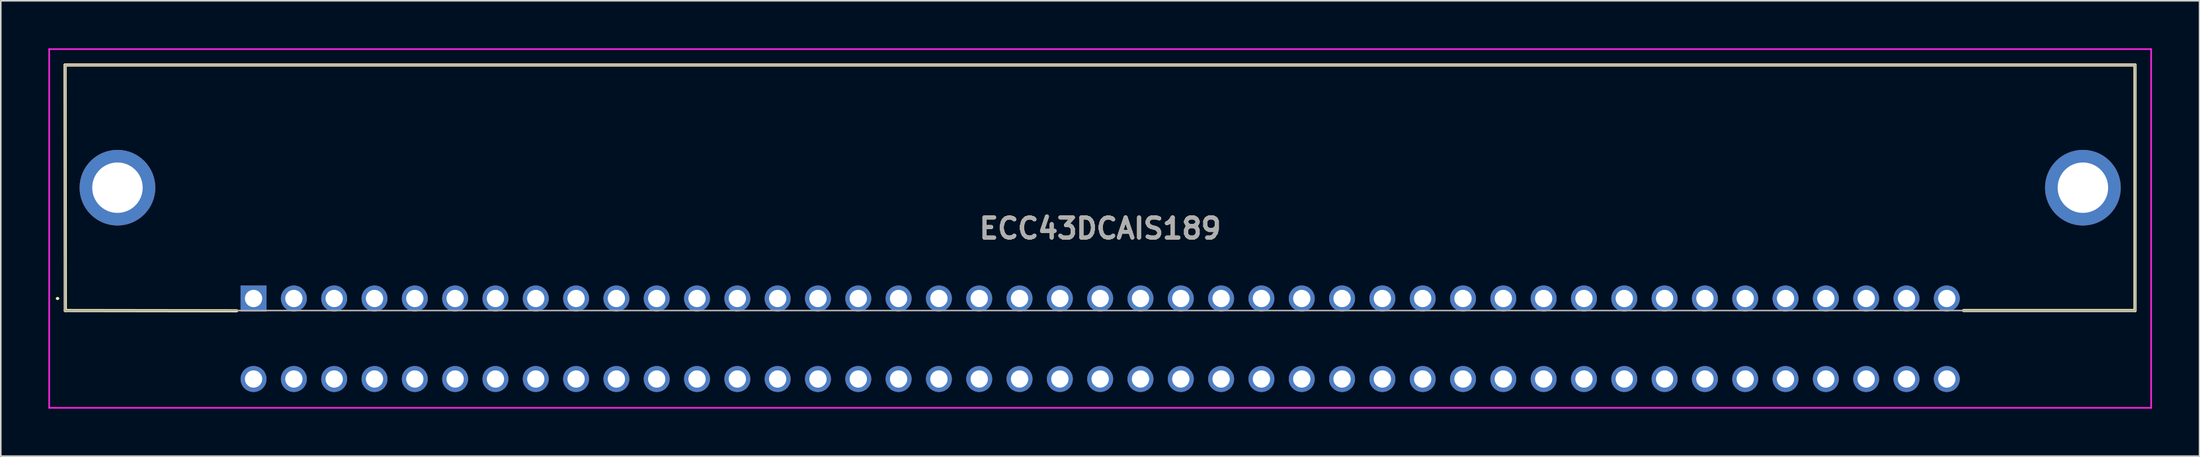
<source format=kicad_pcb>
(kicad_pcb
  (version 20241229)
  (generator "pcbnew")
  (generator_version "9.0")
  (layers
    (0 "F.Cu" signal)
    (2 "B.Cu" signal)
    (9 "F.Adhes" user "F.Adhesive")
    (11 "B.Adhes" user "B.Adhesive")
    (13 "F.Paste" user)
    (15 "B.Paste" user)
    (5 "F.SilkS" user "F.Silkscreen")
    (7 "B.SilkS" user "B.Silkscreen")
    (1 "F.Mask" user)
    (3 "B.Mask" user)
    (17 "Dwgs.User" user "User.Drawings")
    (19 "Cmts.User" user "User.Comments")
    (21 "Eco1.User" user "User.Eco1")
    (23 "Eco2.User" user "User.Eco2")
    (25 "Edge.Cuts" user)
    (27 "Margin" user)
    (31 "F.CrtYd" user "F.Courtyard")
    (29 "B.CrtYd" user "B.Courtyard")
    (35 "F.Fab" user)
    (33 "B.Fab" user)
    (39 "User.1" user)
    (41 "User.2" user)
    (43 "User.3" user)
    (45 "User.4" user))
  (footprint "ECC43DCAIS189"
    (layer "F.Cu")
    (at 12.925 15.78)
    (property "Reference" "ECC43DCAIS189" (at 53.34 -4.417 0) (layer "F.SilkS") (effects (font (size 1.27 1.27) (thickness 0.254))))
    (attr through_hole)
    (fp_line (start -12.4 0) (end -12.4 0) (stroke (width 0.1) (type solid)) (layer "F.SilkS"))
    (fp_line (start -12.3 0) (end -12.3 0) (stroke (width 0.1) (type solid)) (layer "F.SilkS"))
    (fp_line (start -11.875 -14.73) (end 118.54 -14.73) (stroke (width 0.2) (type solid)) (layer "F.SilkS"))
    (fp_line (start -11.86 0.76) (end -11.875 -14.73) (stroke (width 0.2) (type solid)) (layer "F.SilkS"))
    (fp_line (start -1.06 0.775) (end -11.86 0.76) (stroke (width 0.2) (type solid)) (layer "F.SilkS"))
    (fp_line (start 118.54 -14.73) (end 118.54 0.76) (stroke (width 0.2) (type solid)) (layer "F.SilkS"))
    (fp_line (start 118.54 0.76) (end 107.74 0.76) (stroke (width 0.2) (type solid)) (layer "F.SilkS"))
    (fp_arc (start -12.4 0) (mid -12.35 -0.05) (end -12.3 0) (stroke (width 0.1) (type solid)) (layer "F.SilkS"))
    (fp_arc (start -12.3 0) (mid -12.35 0.05) (end -12.4 0) (stroke (width 0.1) (type solid)) (layer "F.SilkS"))
    (fp_line (start -12.875 -15.73) (end 119.555 -15.73) (stroke (width 0.1) (type solid)) (layer "F.CrtYd"))
    (fp_line (start -12.875 6.897) (end -12.875 -15.73) (stroke (width 0.1) (type solid)) (layer "F.CrtYd"))
    (fp_line (start 119.555 -15.73) (end 119.555 6.897) (stroke (width 0.1) (type solid)) (layer "F.CrtYd"))
    (fp_line (start 119.555 6.897) (end -12.875 6.897) (stroke (width 0.1) (type solid)) (layer "F.CrtYd"))
    (fp_line (start -11.875 -14.73) (end 118.555 -14.73) (stroke (width 0.1) (type solid)) (layer "F.Fab"))
    (fp_line (start -11.875 0.76) (end -11.875 -14.73) (stroke (width 0.1) (type solid)) (layer "F.Fab"))
    (fp_line (start 118.555 -14.73) (end 118.555 0.76) (stroke (width 0.1) (type solid)) (layer "F.Fab"))
    (fp_line (start 118.555 0.76) (end -11.875 0.76) (stroke (width 0.1) (type solid)) (layer "F.Fab"))
    (fp_text user "${REFERENCE}" (at 53.34 -4.417 0) (layer "F.Fab") (effects (font (size 1.27 1.27) (thickness 0.254))))
    (pad "1" thru_hole rect (at 0 0) (size 1.635 1.635) (drill 1.09) (layers "*.Cu" "*.Mask"))
    (pad "2" thru_hole circle (at 0 5.08) (size 1.635 1.635) (drill 1.09) (layers "*.Cu" "*.Mask"))
    (pad "3" thru_hole circle (at 2.54 0) (size 1.635 1.635) (drill 1.09) (layers "*.Cu" "*.Mask"))
    (pad "4" thru_hole circle (at 2.54 5.08) (size 1.635 1.635) (drill 1.09) (layers "*.Cu" "*.Mask"))
    (pad "5" thru_hole circle (at 5.08 0) (size 1.635 1.635) (drill 1.09) (layers "*.Cu" "*.Mask"))
    (pad "6" thru_hole circle (at 5.08 5.08) (size 1.635 1.635) (drill 1.09) (layers "*.Cu" "*.Mask"))
    (pad "7" thru_hole circle (at 7.62 0) (size 1.635 1.635) (drill 1.09) (layers "*.Cu" "*.Mask"))
    (pad "8" thru_hole circle (at 7.62 5.08) (size 1.635 1.635) (drill 1.09) (layers "*.Cu" "*.Mask"))
    (pad "9" thru_hole circle (at 10.16 0) (size 1.635 1.635) (drill 1.09) (layers "*.Cu" "*.Mask"))
    (pad "10" thru_hole circle (at 10.16 5.08) (size 1.635 1.635) (drill 1.09) (layers "*.Cu" "*.Mask"))
    (pad "11" thru_hole circle (at 12.7 0) (size 1.635 1.635) (drill 1.09) (layers "*.Cu" "*.Mask"))
    (pad "12" thru_hole circle (at 12.7 5.08) (size 1.635 1.635) (drill 1.09) (layers "*.Cu" "*.Mask"))
    (pad "13" thru_hole circle (at 15.24 0) (size 1.635 1.635) (drill 1.09) (layers "*.Cu" "*.Mask"))
    (pad "14" thru_hole circle (at 15.24 5.08) (size 1.635 1.635) (drill 1.09) (layers "*.Cu" "*.Mask"))
    (pad "15" thru_hole circle (at 17.78 0) (size 1.635 1.635) (drill 1.09) (layers "*.Cu" "*.Mask"))
    (pad "16" thru_hole circle (at 17.78 5.08) (size 1.635 1.635) (drill 1.09) (layers "*.Cu" "*.Mask"))
    (pad "17" thru_hole circle (at 20.32 0) (size 1.635 1.635) (drill 1.09) (layers "*.Cu" "*.Mask"))
    (pad "18" thru_hole circle (at 20.32 5.08) (size 1.635 1.635) (drill 1.09) (layers "*.Cu" "*.Mask"))
    (pad "19" thru_hole circle (at 22.86 0) (size 1.635 1.635) (drill 1.09) (layers "*.Cu" "*.Mask"))
    (pad "20" thru_hole circle (at 22.86 5.08) (size 1.635 1.635) (drill 1.09) (layers "*.Cu" "*.Mask"))
    (pad "21" thru_hole circle (at 25.4 0) (size 1.635 1.635) (drill 1.09) (layers "*.Cu" "*.Mask"))
    (pad "22" thru_hole circle (at 25.4 5.08) (size 1.635 1.635) (drill 1.09) (layers "*.Cu" "*.Mask"))
    (pad "23" thru_hole circle (at 27.94 0) (size 1.635 1.635) (drill 1.09) (layers "*.Cu" "*.Mask"))
    (pad "24" thru_hole circle (at 27.94 5.08) (size 1.635 1.635) (drill 1.09) (layers "*.Cu" "*.Mask"))
    (pad "25" thru_hole circle (at 30.48 0) (size 1.635 1.635) (drill 1.09) (layers "*.Cu" "*.Mask"))
    (pad "26" thru_hole circle (at 30.48 5.08) (size 1.635 1.635) (drill 1.09) (layers "*.Cu" "*.Mask"))
    (pad "27" thru_hole circle (at 33.02 0) (size 1.635 1.635) (drill 1.09) (layers "*.Cu" "*.Mask"))
    (pad "28" thru_hole circle (at 33.02 5.08) (size 1.635 1.635) (drill 1.09) (layers "*.Cu" "*.Mask"))
    (pad "29" thru_hole circle (at 35.56 0) (size 1.635 1.635) (drill 1.09) (layers "*.Cu" "*.Mask"))
    (pad "30" thru_hole circle (at 35.56 5.08) (size 1.635 1.635) (drill 1.09) (layers "*.Cu" "*.Mask"))
    (pad "31" thru_hole circle (at 38.1 0) (size 1.635 1.635) (drill 1.09) (layers "*.Cu" "*.Mask"))
    (pad "32" thru_hole circle (at 38.1 5.08) (size 1.635 1.635) (drill 1.09) (layers "*.Cu" "*.Mask"))
    (pad "33" thru_hole circle (at 40.64 0) (size 1.635 1.635) (drill 1.09) (layers "*.Cu" "*.Mask"))
    (pad "34" thru_hole circle (at 40.64 5.08) (size 1.635 1.635) (drill 1.09) (layers "*.Cu" "*.Mask"))
    (pad "35" thru_hole circle (at 43.18 0) (size 1.635 1.635) (drill 1.09) (layers "*.Cu" "*.Mask"))
    (pad "36" thru_hole circle (at 43.18 5.08) (size 1.635 1.635) (drill 1.09) (layers "*.Cu" "*.Mask"))
    (pad "37" thru_hole circle (at 45.72 0) (size 1.635 1.635) (drill 1.09) (layers "*.Cu" "*.Mask"))
    (pad "38" thru_hole circle (at 45.72 5.08) (size 1.635 1.635) (drill 1.09) (layers "*.Cu" "*.Mask"))
    (pad "39" thru_hole circle (at 48.26 0) (size 1.635 1.635) (drill 1.09) (layers "*.Cu" "*.Mask"))
    (pad "40" thru_hole circle (at 48.26 5.08) (size 1.635 1.635) (drill 1.09) (layers "*.Cu" "*.Mask"))
    (pad "41" thru_hole circle (at 50.8 0) (size 1.635 1.635) (drill 1.09) (layers "*.Cu" "*.Mask"))
    (pad "42" thru_hole circle (at 50.8 5.08) (size 1.635 1.635) (drill 1.09) (layers "*.Cu" "*.Mask"))
    (pad "43" thru_hole circle (at 53.34 0) (size 1.635 1.635) (drill 1.09) (layers "*.Cu" "*.Mask"))
    (pad "44" thru_hole circle (at 53.34 5.08) (size 1.635 1.635) (drill 1.09) (layers "*.Cu" "*.Mask"))
    (pad "45" thru_hole circle (at 55.88 0) (size 1.635 1.635) (drill 1.09) (layers "*.Cu" "*.Mask"))
    (pad "46" thru_hole circle (at 55.88 5.08) (size 1.635 1.635) (drill 1.09) (layers "*.Cu" "*.Mask"))
    (pad "47" thru_hole circle (at 58.42 0) (size 1.635 1.635) (drill 1.09) (layers "*.Cu" "*.Mask"))
    (pad "48" thru_hole circle (at 58.42 5.08) (size 1.635 1.635) (drill 1.09) (layers "*.Cu" "*.Mask"))
    (pad "49" thru_hole circle (at 60.96 0) (size 1.635 1.635) (drill 1.09) (layers "*.Cu" "*.Mask"))
    (pad "50" thru_hole circle (at 60.96 5.08) (size 1.635 1.635) (drill 1.09) (layers "*.Cu" "*.Mask"))
    (pad "51" thru_hole circle (at 63.5 0) (size 1.635 1.635) (drill 1.09) (layers "*.Cu" "*.Mask"))
    (pad "52" thru_hole circle (at 63.5 5.08) (size 1.635 1.635) (drill 1.09) (layers "*.Cu" "*.Mask"))
    (pad "53" thru_hole circle (at 66.04 0) (size 1.635 1.635) (drill 1.09) (layers "*.Cu" "*.Mask"))
    (pad "54" thru_hole circle (at 66.04 5.08) (size 1.635 1.635) (drill 1.09) (layers "*.Cu" "*.Mask"))
    (pad "55" thru_hole circle (at 68.58 0) (size 1.635 1.635) (drill 1.09) (layers "*.Cu" "*.Mask"))
    (pad "56" thru_hole circle (at 68.58 5.08) (size 1.635 1.635) (drill 1.09) (layers "*.Cu" "*.Mask"))
    (pad "57" thru_hole circle (at 71.12 0) (size 1.635 1.635) (drill 1.09) (layers "*.Cu" "*.Mask"))
    (pad "58" thru_hole circle (at 71.12 5.08) (size 1.635 1.635) (drill 1.09) (layers "*.Cu" "*.Mask"))
    (pad "59" thru_hole circle (at 73.66 0) (size 1.635 1.635) (drill 1.09) (layers "*.Cu" "*.Mask"))
    (pad "60" thru_hole circle (at 73.66 5.08) (size 1.635 1.635) (drill 1.09) (layers "*.Cu" "*.Mask"))
    (pad "61" thru_hole circle (at 76.2 0) (size 1.635 1.635) (drill 1.09) (layers "*.Cu" "*.Mask"))
    (pad "62" thru_hole circle (at 76.2 5.08) (size 1.635 1.635) (drill 1.09) (layers "*.Cu" "*.Mask"))
    (pad "63" thru_hole circle (at 78.74 0) (size 1.635 1.635) (drill 1.09) (layers "*.Cu" "*.Mask"))
    (pad "64" thru_hole circle (at 78.74 5.08) (size 1.635 1.635) (drill 1.09) (layers "*.Cu" "*.Mask"))
    (pad "65" thru_hole circle (at 81.28 0) (size 1.635 1.635) (drill 1.09) (layers "*.Cu" "*.Mask"))
    (pad "66" thru_hole circle (at 81.28 5.08) (size 1.635 1.635) (drill 1.09) (layers "*.Cu" "*.Mask"))
    (pad "67" thru_hole circle (at 83.82 0) (size 1.635 1.635) (drill 1.09) (layers "*.Cu" "*.Mask"))
    (pad "68" thru_hole circle (at 83.82 5.08) (size 1.635 1.635) (drill 1.09) (layers "*.Cu" "*.Mask"))
    (pad "69" thru_hole circle (at 86.36 0) (size 1.635 1.635) (drill 1.09) (layers "*.Cu" "*.Mask"))
    (pad "70" thru_hole circle (at 86.36 5.08) (size 1.635 1.635) (drill 1.09) (layers "*.Cu" "*.Mask"))
    (pad "71" thru_hole circle (at 88.9 0) (size 1.635 1.635) (drill 1.09) (layers "*.Cu" "*.Mask"))
    (pad "72" thru_hole circle (at 88.9 5.08) (size 1.635 1.635) (drill 1.09) (layers "*.Cu" "*.Mask"))
    (pad "73" thru_hole circle (at 91.44 0) (size 1.635 1.635) (drill 1.09) (layers "*.Cu" "*.Mask"))
    (pad "74" thru_hole circle (at 91.44 5.08) (size 1.635 1.635) (drill 1.09) (layers "*.Cu" "*.Mask"))
    (pad "75" thru_hole circle (at 93.98 0) (size 1.635 1.635) (drill 1.09) (layers "*.Cu" "*.Mask"))
    (pad "76" thru_hole circle (at 93.98 5.08) (size 1.635 1.635) (drill 1.09) (layers "*.Cu" "*.Mask"))
    (pad "77" thru_hole circle (at 96.52 0) (size 1.635 1.635) (drill 1.09) (layers "*.Cu" "*.Mask"))
    (pad "78" thru_hole circle (at 96.52 5.08) (size 1.635 1.635) (drill 1.09) (layers "*.Cu" "*.Mask"))
    (pad "79" thru_hole circle (at 99.06 0) (size 1.635 1.635) (drill 1.09) (layers "*.Cu" "*.Mask"))
    (pad "80" thru_hole circle (at 99.06 5.08) (size 1.635 1.635) (drill 1.09) (layers "*.Cu" "*.Mask"))
    (pad "81" thru_hole circle (at 101.6 0) (size 1.635 1.635) (drill 1.09) (layers "*.Cu" "*.Mask"))
    (pad "82" thru_hole circle (at 101.6 5.08) (size 1.635 1.635) (drill 1.09) (layers "*.Cu" "*.Mask"))
    (pad "83" thru_hole circle (at 104.14 0) (size 1.635 1.635) (drill 1.09) (layers "*.Cu" "*.Mask"))
    (pad "84" thru_hole circle (at 104.14 5.08) (size 1.635 1.635) (drill 1.09) (layers "*.Cu" "*.Mask"))
    (pad "85" thru_hole circle (at 106.68 0) (size 1.635 1.635) (drill 1.09) (layers "*.Cu" "*.Mask"))
    (pad "86" thru_hole circle (at 106.68 5.08) (size 1.635 1.635) (drill 1.09) (layers "*.Cu" "*.Mask"))
    (pad "MH1" thru_hole circle (at -8.575 -6.99) (size 4.77 4.77) (drill 3.18) (layers "*.Cu" "*.Mask"))
    (pad "MH2" thru_hole circle (at 115.255 -6.99) (size 4.77 4.77) (drill 3.18) (layers "*.Cu" "*.Mask")))
  (gr_rect
    (start -3 -3)
    (end 135.53 25.727)
    (stroke (width 0.1) (type default))
    (fill no)
    (layer "Edge.Cuts")))
</source>
